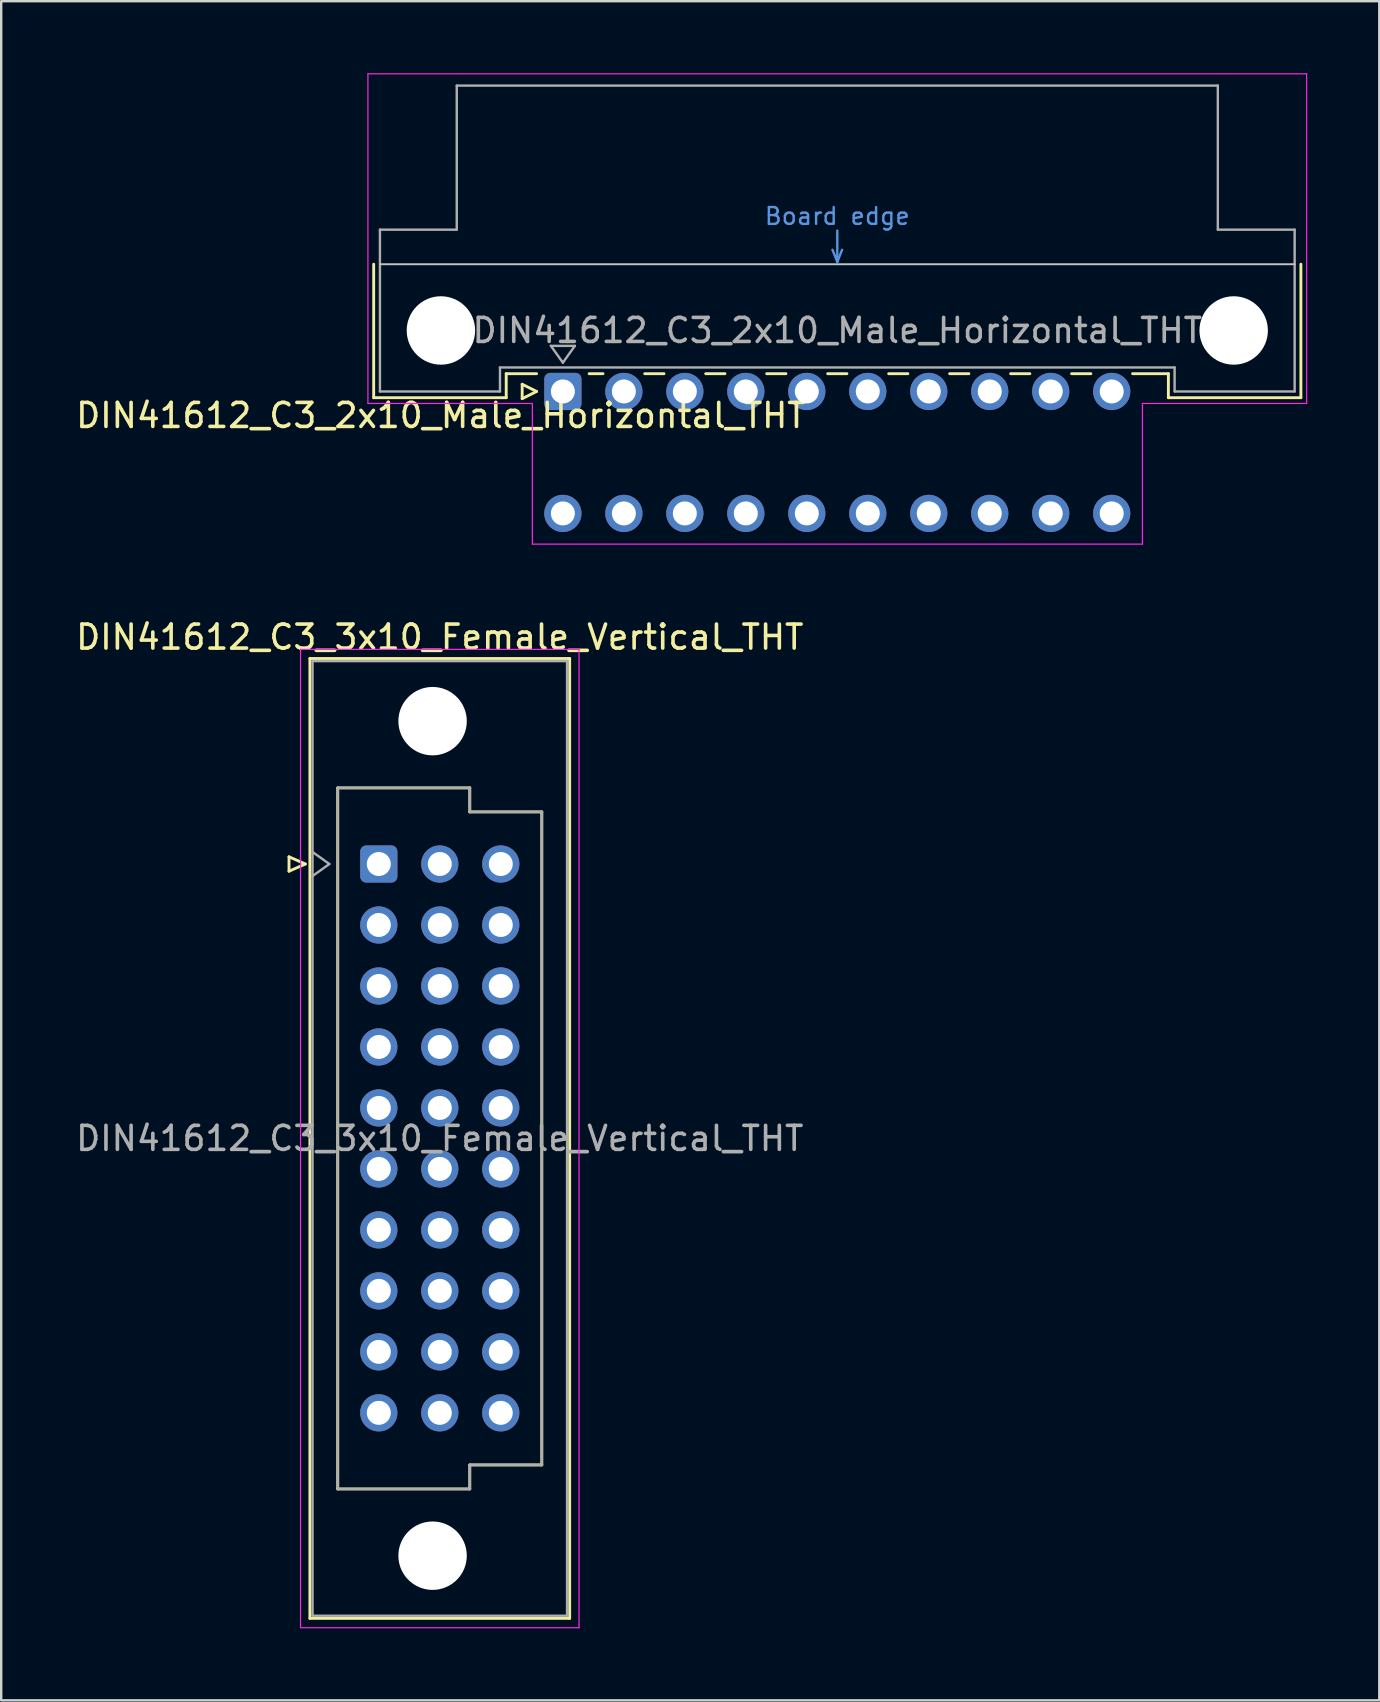
<source format=kicad_pcb>
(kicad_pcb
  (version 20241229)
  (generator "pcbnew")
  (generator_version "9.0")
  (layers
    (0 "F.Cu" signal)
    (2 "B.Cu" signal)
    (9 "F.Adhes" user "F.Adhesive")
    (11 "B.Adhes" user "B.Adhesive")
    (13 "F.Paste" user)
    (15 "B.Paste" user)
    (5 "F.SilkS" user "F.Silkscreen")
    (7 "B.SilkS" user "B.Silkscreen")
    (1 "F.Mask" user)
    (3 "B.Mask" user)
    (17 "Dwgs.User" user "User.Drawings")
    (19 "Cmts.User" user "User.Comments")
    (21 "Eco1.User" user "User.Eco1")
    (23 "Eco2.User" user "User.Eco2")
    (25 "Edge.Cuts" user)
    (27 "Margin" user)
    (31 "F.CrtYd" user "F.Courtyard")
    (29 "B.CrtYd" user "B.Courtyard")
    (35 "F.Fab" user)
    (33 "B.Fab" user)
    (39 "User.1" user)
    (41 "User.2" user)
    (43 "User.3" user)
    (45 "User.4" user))
  (footprint "DIN41612_C3_2x10_Male_Horizontal_THT"
    (layer "F.Cu")
    (at 20.395 13.255)
    (property "Reference" "DIN41612_C3_2x10_Male_Horizontal_THT" (at -5.08 1 0) (layer "F.SilkS") (effects (font (size 1 1) (thickness 0.15))))
    (attr through_hole)
    (fp_line (start -7.88 -5.3) (end -7.88 0.26) (stroke (width 0.12) (type solid)) (layer "F.SilkS"))
    (fp_line (start -7.88 0.26) (end -2.36 0.26) (stroke (width 0.12) (type solid)) (layer "F.SilkS"))
    (fp_line (start -2.361 -0.74) (end -1.095 -0.74) (stroke (width 0.12) (type solid)) (layer "F.SilkS"))
    (fp_line (start -2.36 0.26) (end -2.36 -0.74) (stroke (width 0.12) (type solid)) (layer "F.SilkS"))
    (fp_line (start -1.695 -0.3) (end -1.695 0.3) (stroke (width 0.12) (type solid)) (layer "F.SilkS"))
    (fp_line (start -1.695 0.3) (end -1.095 0) (stroke (width 0.12) (type solid)) (layer "F.SilkS"))
    (fp_line (start -1.095 0) (end -1.695 -0.3) (stroke (width 0.12) (type solid)) (layer "F.SilkS"))
    (fp_line (start 1.095 -0.74) (end 1.671 -0.74) (stroke (width 0.12) (type solid)) (layer "F.SilkS"))
    (fp_line (start 3.41 -0.74) (end 4.211 -0.74) (stroke (width 0.12) (type solid)) (layer "F.SilkS"))
    (fp_line (start 5.95 -0.74) (end 6.751 -0.74) (stroke (width 0.12) (type solid)) (layer "F.SilkS"))
    (fp_line (start 8.49 -0.74) (end 9.291 -0.74) (stroke (width 0.12) (type solid)) (layer "F.SilkS"))
    (fp_line (start 11.03 -0.74) (end 11.831 -0.74) (stroke (width 0.12) (type solid)) (layer "F.SilkS"))
    (fp_line (start 13.57 -0.74) (end 14.371 -0.74) (stroke (width 0.12) (type solid)) (layer "F.SilkS"))
    (fp_line (start 16.11 -0.74) (end 16.911 -0.74) (stroke (width 0.12) (type solid)) (layer "F.SilkS"))
    (fp_line (start 18.65 -0.74) (end 19.451 -0.74) (stroke (width 0.12) (type solid)) (layer "F.SilkS"))
    (fp_line (start 21.19 -0.74) (end 21.991 -0.74) (stroke (width 0.12) (type solid)) (layer "F.SilkS"))
    (fp_line (start 23.73 -0.74) (end 25.22 -0.74) (stroke (width 0.12) (type solid)) (layer "F.SilkS"))
    (fp_line (start 25.22 0.26) (end 25.22 -0.74) (stroke (width 0.12) (type solid)) (layer "F.SilkS"))
    (fp_line (start 30.74 -5.3) (end 30.74 0.26) (stroke (width 0.12) (type solid)) (layer "F.SilkS"))
    (fp_line (start 30.74 0.26) (end 25.22 0.26) (stroke (width 0.12) (type solid)) (layer "F.SilkS"))
    (fp_line (start -7.62 -5.3) (end 30.48 -5.3) (stroke (width 0.08) (type solid)) (layer "Dwgs.User"))
    (fp_line (start 11.23 -5.9) (end 11.43 -5.4) (stroke (width 0.1) (type solid)) (layer "Cmts.User"))
    (fp_line (start 11.43 -5.4) (end 11.43 -6.7) (stroke (width 0.1) (type solid)) (layer "Cmts.User"))
    (fp_line (start 11.43 -5.4) (end 11.63 -5.9) (stroke (width 0.1) (type solid)) (layer "Cmts.User"))
    (fp_line (start -8.12 -13.23) (end -8.12 0.5) (stroke (width 0.05) (type solid)) (layer "F.CrtYd"))
    (fp_line (start -8.12 0.5) (end -1.27 0.5) (stroke (width 0.05) (type solid)) (layer "F.CrtYd"))
    (fp_line (start -1.27 0.5) (end -1.27 6.36) (stroke (width 0.05) (type solid)) (layer "F.CrtYd"))
    (fp_line (start -1.27 6.36) (end 24.14 6.36) (stroke (width 0.05) (type solid)) (layer "F.CrtYd"))
    (fp_line (start 24.14 0.5) (end 30.98 0.5) (stroke (width 0.05) (type solid)) (layer "F.CrtYd"))
    (fp_line (start 24.14 6.36) (end 24.14 0.5) (stroke (width 0.05) (type solid)) (layer "F.CrtYd"))
    (fp_line (start 30.98 -13.23) (end -8.12 -13.23) (stroke (width 0.05) (type solid)) (layer "F.CrtYd"))
    (fp_line (start 30.98 0.5) (end 30.98 -13.23) (stroke (width 0.05) (type solid)) (layer "F.CrtYd"))
    (fp_line (start -7.62 -6.74) (end -7.62 0) (stroke (width 0.1) (type solid)) (layer "F.Fab"))
    (fp_line (start -7.62 0) (end -2.62 0) (stroke (width 0.1) (type solid)) (layer "F.Fab"))
    (fp_line (start -4.42 -12.74) (end -4.42 -6.74) (stroke (width 0.1) (type solid)) (layer "F.Fab"))
    (fp_line (start -4.42 -6.74) (end -7.62 -6.74) (stroke (width 0.1) (type solid)) (layer "F.Fab"))
    (fp_line (start -2.62 -1) (end 25.48 -1) (stroke (width 0.1) (type solid)) (layer "F.Fab"))
    (fp_line (start -2.62 0) (end -2.62 -1) (stroke (width 0.1) (type solid)) (layer "F.Fab"))
    (fp_line (start -0.5 -1.9) (end 0.5 -1.9) (stroke (width 0.1) (type solid)) (layer "F.Fab"))
    (fp_line (start 0 -1.2) (end -0.5 -1.9) (stroke (width 0.1) (type solid)) (layer "F.Fab"))
    (fp_line (start 0.5 -1.9) (end 0 -1.2) (stroke (width 0.1) (type solid)) (layer "F.Fab"))
    (fp_line (start 25.48 -1) (end 25.48 0) (stroke (width 0.1) (type solid)) (layer "F.Fab"))
    (fp_line (start 25.48 0) (end 30.48 0) (stroke (width 0.1) (type solid)) (layer "F.Fab"))
    (fp_line (start 27.28 -12.74) (end -4.42 -12.74) (stroke (width 0.1) (type solid)) (layer "F.Fab"))
    (fp_line (start 27.28 -6.74) (end 27.28 -12.74) (stroke (width 0.1) (type solid)) (layer "F.Fab"))
    (fp_line (start 30.48 -6.74) (end 27.28 -6.74) (stroke (width 0.1) (type solid)) (layer "F.Fab"))
    (fp_line (start 30.48 0) (end 30.48 -6.74) (stroke (width 0.1) (type solid)) (layer "F.Fab"))
    (fp_text user "Board edge" (at 11.43 -7.3 0) (layer "Cmts.User") (effects (font (size 0.7 0.7) (thickness 0.1))))
    (fp_text user "${REFERENCE}" (at 11.43 -2.54 0) (layer "F.Fab") (effects (font (size 1 1) (thickness 0.15))))
    (pad "" np_thru_hole circle (at -5.08 -2.54) (size 2.85 2.85) (drill 2.85) (layers "*.Cu" "*.Mask"))
    (pad "" np_thru_hole circle (at 27.94 -2.54) (size 2.85 2.85) (drill 2.85) (layers "*.Cu" "*.Mask"))
    (pad "a1" thru_hole roundrect (at 0 0) (size 1.55 1.55) (drill 1) (layers "*.Cu" "*.Mask") (roundrect_rratio 0.161))
    (pad "a2" thru_hole circle (at 2.54 0) (size 1.55 1.55) (drill 1) (layers "*.Cu" "*.Mask"))
    (pad "a3" thru_hole circle (at 5.08 0) (size 1.55 1.55) (drill 1) (layers "*.Cu" "*.Mask"))
    (pad "a4" thru_hole circle (at 7.62 0) (size 1.55 1.55) (drill 1) (layers "*.Cu" "*.Mask"))
    (pad "a5" thru_hole circle (at 10.16 0) (size 1.55 1.55) (drill 1) (layers "*.Cu" "*.Mask"))
    (pad "a6" thru_hole circle (at 12.7 0) (size 1.55 1.55) (drill 1) (layers "*.Cu" "*.Mask"))
    (pad "a7" thru_hole circle (at 15.24 0) (size 1.55 1.55) (drill 1) (layers "*.Cu" "*.Mask"))
    (pad "a8" thru_hole circle (at 17.78 0) (size 1.55 1.55) (drill 1) (layers "*.Cu" "*.Mask"))
    (pad "a9" thru_hole circle (at 20.32 0) (size 1.55 1.55) (drill 1) (layers "*.Cu" "*.Mask"))
    (pad "a10" thru_hole circle (at 22.86 0) (size 1.55 1.55) (drill 1) (layers "*.Cu" "*.Mask"))
    (pad "c1" thru_hole circle (at 0 5.08) (size 1.55 1.55) (drill 1) (layers "*.Cu" "*.Mask"))
    (pad "c2" thru_hole circle (at 2.54 5.08) (size 1.55 1.55) (drill 1) (layers "*.Cu" "*.Mask"))
    (pad "c3" thru_hole circle (at 5.08 5.08) (size 1.55 1.55) (drill 1) (layers "*.Cu" "*.Mask"))
    (pad "c4" thru_hole circle (at 7.62 5.08) (size 1.55 1.55) (drill 1) (layers "*.Cu" "*.Mask"))
    (pad "c5" thru_hole circle (at 10.16 5.08) (size 1.55 1.55) (drill 1) (layers "*.Cu" "*.Mask"))
    (pad "c6" thru_hole circle (at 12.7 5.08) (size 1.55 1.55) (drill 1) (layers "*.Cu" "*.Mask"))
    (pad "c7" thru_hole circle (at 15.24 5.08) (size 1.55 1.55) (drill 1) (layers "*.Cu" "*.Mask"))
    (pad "c8" thru_hole circle (at 17.78 5.08) (size 1.55 1.55) (drill 1) (layers "*.Cu" "*.Mask"))
    (pad "c9" thru_hole circle (at 20.32 5.08) (size 1.55 1.55) (drill 1) (layers "*.Cu" "*.Mask"))
    (pad "c10" thru_hole circle (at 22.86 5.08) (size 1.55 1.55) (drill 1) (layers "*.Cu" "*.Mask")))
  (footprint "DIN41612_C3_3x10_Female_Vertical_THT"
    (layer "F.Cu")
    (at 12.728 32.938)
    (property "Reference" "DIN41612_C3_3x10_Female_Vertical_THT" (at 2.54 -9.45 0) (layer "F.SilkS") (effects (font (size 1 1) (thickness 0.15))))
    (attr through_hole)
    (fp_line (start -3.74 -0.3) (end -3.74 0.3) (stroke (width 0.12) (type solid)) (layer "F.SilkS"))
    (fp_line (start -3.74 0.3) (end -3.06 0) (stroke (width 0.12) (type solid)) (layer "F.SilkS"))
    (fp_line (start -3.06 0) (end -3.74 -0.3) (stroke (width 0.12) (type solid)) (layer "F.SilkS"))
    (fp_line (start -2.87 -8.56) (end 7.95 -8.56) (stroke (width 0.12) (type solid)) (layer "F.SilkS"))
    (fp_line (start -2.87 31.42) (end -2.87 -8.56) (stroke (width 0.12) (type solid)) (layer "F.SilkS"))
    (fp_line (start -1.71 -3.17) (end 3.79 -3.17) (stroke (width 0.12) (type solid)) (layer "F.SilkS"))
    (fp_line (start -1.71 26.03) (end -1.71 -3.17) (stroke (width 0.12) (type solid)) (layer "F.SilkS"))
    (fp_line (start 3.79 -3.17) (end 3.79 -2.17) (stroke (width 0.12) (type solid)) (layer "F.SilkS"))
    (fp_line (start 3.79 -2.17) (end 6.79 -2.17) (stroke (width 0.12) (type solid)) (layer "F.SilkS"))
    (fp_line (start 3.79 25.03) (end 3.79 26.03) (stroke (width 0.12) (type solid)) (layer "F.SilkS"))
    (fp_line (start 3.79 26.03) (end -1.71 26.03) (stroke (width 0.12) (type solid)) (layer "F.SilkS"))
    (fp_line (start 6.79 -2.17) (end 6.79 25.03) (stroke (width 0.12) (type solid)) (layer "F.SilkS"))
    (fp_line (start 6.79 25.03) (end 3.79 25.03) (stroke (width 0.12) (type solid)) (layer "F.SilkS"))
    (fp_line (start 7.95 -8.56) (end 7.95 31.42) (stroke (width 0.12) (type solid)) (layer "F.SilkS"))
    (fp_line (start 7.95 31.42) (end -2.87 31.42) (stroke (width 0.12) (type solid)) (layer "F.SilkS"))
    (fp_line (start -3.26 -8.94) (end 8.34 -8.94) (stroke (width 0.05) (type solid)) (layer "F.CrtYd"))
    (fp_line (start -3.26 31.81) (end -3.26 -8.94) (stroke (width 0.05) (type solid)) (layer "F.CrtYd"))
    (fp_line (start 8.34 -8.94) (end 8.34 31.81) (stroke (width 0.05) (type solid)) (layer "F.CrtYd"))
    (fp_line (start 8.34 31.81) (end -3.26 31.81) (stroke (width 0.05) (type solid)) (layer "F.CrtYd"))
    (fp_line (start -2.76 -8.45) (end 7.84 -8.45) (stroke (width 0.1) (type solid)) (layer "F.Fab"))
    (fp_line (start -2.76 -0.5) (end -2.06 0) (stroke (width 0.1) (type solid)) (layer "F.Fab"))
    (fp_line (start -2.76 31.31) (end -2.76 -8.45) (stroke (width 0.1) (type solid)) (layer "F.Fab"))
    (fp_line (start -2.06 0) (end -2.76 0.5) (stroke (width 0.1) (type solid)) (layer "F.Fab"))
    (fp_line (start -1.71 -3.17) (end 3.79 -3.17) (stroke (width 0.1) (type solid)) (layer "F.Fab"))
    (fp_line (start -1.71 26.03) (end -1.71 -3.17) (stroke (width 0.1) (type solid)) (layer "F.Fab"))
    (fp_line (start 3.79 -3.17) (end 3.79 -2.17) (stroke (width 0.1) (type solid)) (layer "F.Fab"))
    (fp_line (start 3.79 -2.17) (end 6.79 -2.17) (stroke (width 0.1) (type solid)) (layer "F.Fab"))
    (fp_line (start 3.79 25.03) (end 3.79 26.03) (stroke (width 0.1) (type solid)) (layer "F.Fab"))
    (fp_line (start 3.79 26.03) (end -1.71 26.03) (stroke (width 0.1) (type solid)) (layer "F.Fab"))
    (fp_line (start 6.79 -2.17) (end 6.79 25.03) (stroke (width 0.1) (type solid)) (layer "F.Fab"))
    (fp_line (start 6.79 25.03) (end 3.79 25.03) (stroke (width 0.1) (type solid)) (layer "F.Fab"))
    (fp_line (start 7.84 -8.45) (end 7.84 31.31) (stroke (width 0.1) (type solid)) (layer "F.Fab"))
    (fp_line (start 7.84 31.31) (end -2.76 31.31) (stroke (width 0.1) (type solid)) (layer "F.Fab"))
    (fp_text user "${REFERENCE}" (at 2.54 11.43 0) (layer "F.Fab") (effects (font (size 1 1) (thickness 0.15))))
    (pad "" np_thru_hole circle (at 2.24 -5.95) (size 2.85 2.85) (drill 2.85) (layers "*.Cu" "*.Mask"))
    (pad "" np_thru_hole circle (at 2.24 28.81) (size 2.85 2.85) (drill 2.85) (layers "*.Cu" "*.Mask"))
    (pad "a1" thru_hole roundrect (at 0 0) (size 1.55 1.55) (drill 1) (layers "*.Cu" "*.Mask") (roundrect_rratio 0.161))
    (pad "a2" thru_hole circle (at 0 2.54) (size 1.55 1.55) (drill 1) (layers "*.Cu" "*.Mask"))
    (pad "a3" thru_hole circle (at 0 5.08) (size 1.55 1.55) (drill 1) (layers "*.Cu" "*.Mask"))
    (pad "a4" thru_hole circle (at 0 7.62) (size 1.55 1.55) (drill 1) (layers "*.Cu" "*.Mask"))
    (pad "a5" thru_hole circle (at 0 10.16) (size 1.55 1.55) (drill 1) (layers "*.Cu" "*.Mask"))
    (pad "a6" thru_hole circle (at 0 12.7) (size 1.55 1.55) (drill 1) (layers "*.Cu" "*.Mask"))
    (pad "a7" thru_hole circle (at 0 15.24) (size 1.55 1.55) (drill 1) (layers "*.Cu" "*.Mask"))
    (pad "a8" thru_hole circle (at 0 17.78) (size 1.55 1.55) (drill 1) (layers "*.Cu" "*.Mask"))
    (pad "a9" thru_hole circle (at 0 20.32) (size 1.55 1.55) (drill 1) (layers "*.Cu" "*.Mask"))
    (pad "a10" thru_hole circle (at 0 22.86) (size 1.55 1.55) (drill 1) (layers "*.Cu" "*.Mask"))
    (pad "b1" thru_hole circle (at 2.54 0) (size 1.55 1.55) (drill 1) (layers "*.Cu" "*.Mask"))
    (pad "b2" thru_hole circle (at 2.54 2.54) (size 1.55 1.55) (drill 1) (layers "*.Cu" "*.Mask"))
    (pad "b3" thru_hole circle (at 2.54 5.08) (size 1.55 1.55) (drill 1) (layers "*.Cu" "*.Mask"))
    (pad "b4" thru_hole circle (at 2.54 7.62) (size 1.55 1.55) (drill 1) (layers "*.Cu" "*.Mask"))
    (pad "b5" thru_hole circle (at 2.54 10.16) (size 1.55 1.55) (drill 1) (layers "*.Cu" "*.Mask"))
    (pad "b6" thru_hole circle (at 2.54 12.7) (size 1.55 1.55) (drill 1) (layers "*.Cu" "*.Mask"))
    (pad "b7" thru_hole circle (at 2.54 15.24) (size 1.55 1.55) (drill 1) (layers "*.Cu" "*.Mask"))
    (pad "b8" thru_hole circle (at 2.54 17.78) (size 1.55 1.55) (drill 1) (layers "*.Cu" "*.Mask"))
    (pad "b9" thru_hole circle (at 2.54 20.32) (size 1.55 1.55) (drill 1) (layers "*.Cu" "*.Mask"))
    (pad "b10" thru_hole circle (at 2.54 22.86) (size 1.55 1.55) (drill 1) (layers "*.Cu" "*.Mask"))
    (pad "c1" thru_hole circle (at 5.08 0) (size 1.55 1.55) (drill 1) (layers "*.Cu" "*.Mask"))
    (pad "c2" thru_hole circle (at 5.08 2.54) (size 1.55 1.55) (drill 1) (layers "*.Cu" "*.Mask"))
    (pad "c3" thru_hole circle (at 5.08 5.08) (size 1.55 1.55) (drill 1) (layers "*.Cu" "*.Mask"))
    (pad "c4" thru_hole circle (at 5.08 7.62) (size 1.55 1.55) (drill 1) (layers "*.Cu" "*.Mask"))
    (pad "c5" thru_hole circle (at 5.08 10.16) (size 1.55 1.55) (drill 1) (layers "*.Cu" "*.Mask"))
    (pad "c6" thru_hole circle (at 5.08 12.7) (size 1.55 1.55) (drill 1) (layers "*.Cu" "*.Mask"))
    (pad "c7" thru_hole circle (at 5.08 15.24) (size 1.55 1.55) (drill 1) (layers "*.Cu" "*.Mask"))
    (pad "c8" thru_hole circle (at 5.08 17.78) (size 1.55 1.55) (drill 1) (layers "*.Cu" "*.Mask"))
    (pad "c9" thru_hole circle (at 5.08 20.32) (size 1.55 1.55) (drill 1) (layers "*.Cu" "*.Mask"))
    (pad "c10" thru_hole circle (at 5.08 22.86) (size 1.55 1.55) (drill 1) (layers "*.Cu" "*.Mask")))
  (gr_rect
    (start -3 -3)
    (end 54.4 67.773)
    (stroke (width 0.1) (type default))
    (fill no)
    (layer "Edge.Cuts")))
</source>
